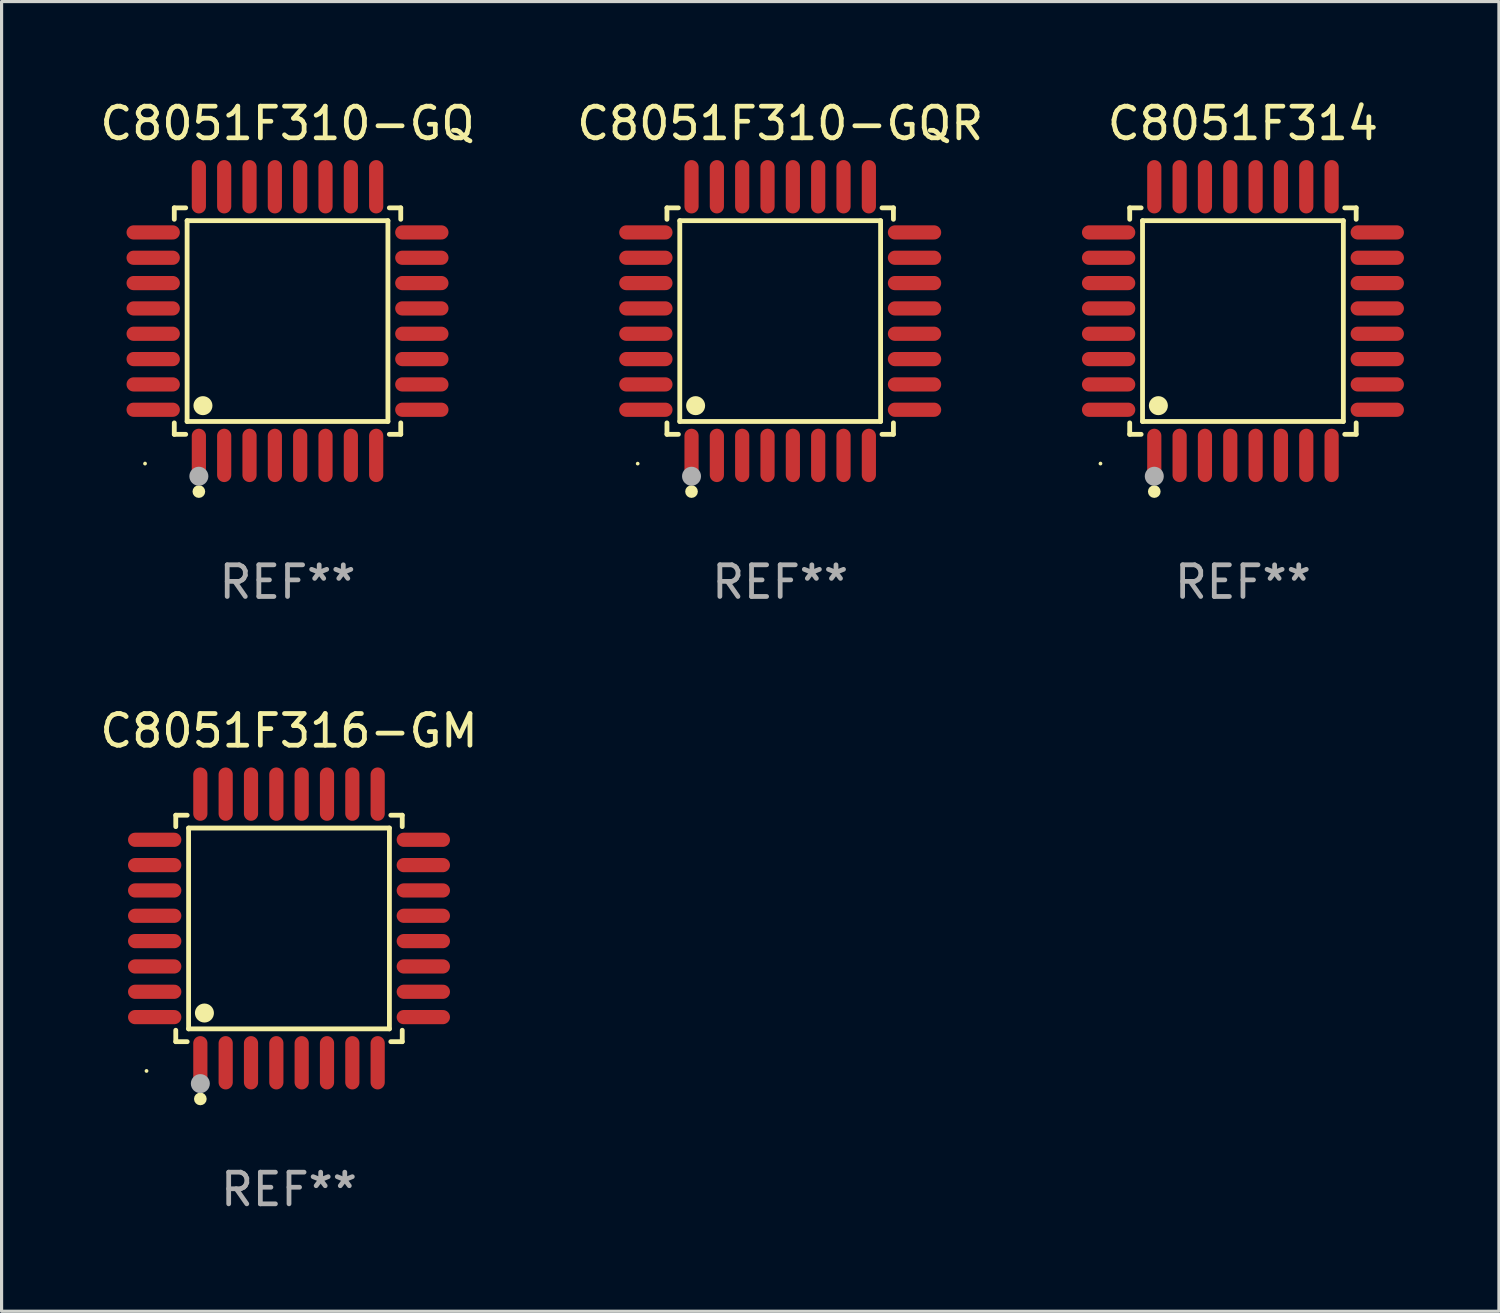
<source format=kicad_pcb>
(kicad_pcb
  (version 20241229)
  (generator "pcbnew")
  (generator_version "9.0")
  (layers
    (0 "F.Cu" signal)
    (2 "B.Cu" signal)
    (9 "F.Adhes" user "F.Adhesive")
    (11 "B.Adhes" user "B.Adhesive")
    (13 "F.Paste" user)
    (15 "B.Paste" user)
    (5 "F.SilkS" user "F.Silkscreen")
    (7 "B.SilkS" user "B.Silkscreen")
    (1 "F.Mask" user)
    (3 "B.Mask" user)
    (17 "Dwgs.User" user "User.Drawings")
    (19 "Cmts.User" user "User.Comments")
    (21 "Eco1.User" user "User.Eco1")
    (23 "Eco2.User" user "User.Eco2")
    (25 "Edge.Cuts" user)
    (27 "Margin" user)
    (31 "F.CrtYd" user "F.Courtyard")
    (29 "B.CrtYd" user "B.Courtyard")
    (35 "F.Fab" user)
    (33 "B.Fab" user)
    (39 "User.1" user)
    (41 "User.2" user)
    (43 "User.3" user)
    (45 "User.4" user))
  (footprint "C8051F310-GQ"
    (layer "F.Cu")
    (at 6.03 7.09)
    (property "Reference" "C8051F310-GQ" (at 0 -6.242 0) (layer "F.SilkS") (effects (font (size 1 1) (thickness 0.15))))
    (attr through_hole)
    (fp_line (start -3.576 -3.576) (end -3.215 -3.576) (stroke (width 0.152) (type solid)) (layer "F.SilkS"))
    (fp_line (start -3.576 -3.215) (end -3.576 -3.576) (stroke (width 0.152) (type solid)) (layer "F.SilkS"))
    (fp_line (start -3.576 3.215) (end -3.576 3.576) (stroke (width 0.152) (type solid)) (layer "F.SilkS"))
    (fp_line (start -3.576 3.576) (end -3.215 3.576) (stroke (width 0.152) (type solid)) (layer "F.SilkS"))
    (fp_line (start -3.171 -3.171) (end 3.171 -3.171) (stroke (width 0.152) (type solid)) (layer "F.SilkS"))
    (fp_line (start -3.171 3.171) (end -3.171 -3.171) (stroke (width 0.152) (type solid)) (layer "F.SilkS"))
    (fp_line (start 3.171 -3.171) (end 3.171 3.171) (stroke (width 0.152) (type solid)) (layer "F.SilkS"))
    (fp_line (start 3.171 3.171) (end -3.171 3.171) (stroke (width 0.152) (type solid)) (layer "F.SilkS"))
    (fp_line (start 3.576 -3.576) (end 3.215 -3.576) (stroke (width 0.152) (type solid)) (layer "F.SilkS"))
    (fp_line (start 3.576 -3.215) (end 3.576 -3.576) (stroke (width 0.152) (type solid)) (layer "F.SilkS"))
    (fp_line (start 3.576 3.215) (end 3.576 3.576) (stroke (width 0.152) (type solid)) (layer "F.SilkS"))
    (fp_line (start 3.576 3.576) (end 3.215 3.576) (stroke (width 0.152) (type solid)) (layer "F.SilkS"))
    (fp_circle (center -4.5 4.5) (end -4.47 4.5) (stroke (width 0.06) (type solid)) (fill no) (layer "F.SilkS"))
    (fp_circle (center -2.8 5.384) (end -2.7 5.384) (stroke (width 0.2) (type solid)) (fill no) (layer "F.SilkS"))
    (fp_circle (center -2.671 2.671) (end -2.521 2.671) (stroke (width 0.3) (type solid)) (fill no) (layer "F.SilkS"))
    (fp_circle (center -2.8 4.9) (end -2.65 4.9) (stroke (width 0.3) (type solid)) (fill no) (layer "F.Fab"))
    (fp_text user "REF**" (at 0 8.242 0) (layer "F.Fab") (effects (font (size 1 1) (thickness 0.15))))
    (pad "1" smd oval (at -2.8 4.242) (size 0.448 1.684) (layers "F.Cu" "F.Mask" "F.Paste"))
    (pad "2" smd oval (at -2 4.242) (size 0.448 1.684) (layers "F.Cu" "F.Mask" "F.Paste"))
    (pad "3" smd oval (at -1.2 4.242) (size 0.448 1.684) (layers "F.Cu" "F.Mask" "F.Paste"))
    (pad "4" smd oval (at -0.4 4.242) (size 0.448 1.684) (layers "F.Cu" "F.Mask" "F.Paste"))
    (pad "5" smd oval (at 0.4 4.242) (size 0.448 1.684) (layers "F.Cu" "F.Mask" "F.Paste"))
    (pad "6" smd oval (at 1.2 4.242) (size 0.448 1.684) (layers "F.Cu" "F.Mask" "F.Paste"))
    (pad "7" smd oval (at 2 4.242) (size 0.448 1.684) (layers "F.Cu" "F.Mask" "F.Paste"))
    (pad "8" smd oval (at 2.8 4.242) (size 0.448 1.684) (layers "F.Cu" "F.Mask" "F.Paste"))
    (pad "9" smd oval (at 4.242 2.8) (size 1.684 0.448) (layers "F.Cu" "F.Mask" "F.Paste"))
    (pad "10" smd oval (at 4.242 2) (size 1.684 0.448) (layers "F.Cu" "F.Mask" "F.Paste"))
    (pad "11" smd oval (at 4.242 1.2) (size 1.684 0.448) (layers "F.Cu" "F.Mask" "F.Paste"))
    (pad "12" smd oval (at 4.242 0.4) (size 1.684 0.448) (layers "F.Cu" "F.Mask" "F.Paste"))
    (pad "13" smd oval (at 4.242 -0.4) (size 1.684 0.448) (layers "F.Cu" "F.Mask" "F.Paste"))
    (pad "14" smd oval (at 4.242 -1.2) (size 1.684 0.448) (layers "F.Cu" "F.Mask" "F.Paste"))
    (pad "15" smd oval (at 4.242 -2) (size 1.684 0.448) (layers "F.Cu" "F.Mask" "F.Paste"))
    (pad "16" smd oval (at 4.242 -2.8) (size 1.684 0.448) (layers "F.Cu" "F.Mask" "F.Paste"))
    (pad "17" smd oval (at 2.8 -4.242) (size 0.448 1.684) (layers "F.Cu" "F.Mask" "F.Paste"))
    (pad "18" smd oval (at 2 -4.242) (size 0.448 1.684) (layers "F.Cu" "F.Mask" "F.Paste"))
    (pad "19" smd oval (at 1.2 -4.242) (size 0.448 1.684) (layers "F.Cu" "F.Mask" "F.Paste"))
    (pad "20" smd oval (at 0.4 -4.242) (size 0.448 1.684) (layers "F.Cu" "F.Mask" "F.Paste"))
    (pad "21" smd oval (at -0.4 -4.242) (size 0.448 1.684) (layers "F.Cu" "F.Mask" "F.Paste"))
    (pad "22" smd oval (at -1.2 -4.242) (size 0.448 1.684) (layers "F.Cu" "F.Mask" "F.Paste"))
    (pad "23" smd oval (at -2 -4.242) (size 0.448 1.684) (layers "F.Cu" "F.Mask" "F.Paste"))
    (pad "24" smd oval (at -2.8 -4.242) (size 0.448 1.684) (layers "F.Cu" "F.Mask" "F.Paste"))
    (pad "25" smd oval (at -4.242 -2.8) (size 1.684 0.448) (layers "F.Cu" "F.Mask" "F.Paste"))
    (pad "26" smd oval (at -4.242 -2) (size 1.684 0.448) (layers "F.Cu" "F.Mask" "F.Paste"))
    (pad "27" smd oval (at -4.242 -1.2) (size 1.684 0.448) (layers "F.Cu" "F.Mask" "F.Paste"))
    (pad "28" smd oval (at -4.242 -0.4) (size 1.684 0.448) (layers "F.Cu" "F.Mask" "F.Paste"))
    (pad "29" smd oval (at -4.242 0.4) (size 1.684 0.448) (layers "F.Cu" "F.Mask" "F.Paste"))
    (pad "30" smd oval (at -4.242 1.2) (size 1.684 0.448) (layers "F.Cu" "F.Mask" "F.Paste"))
    (pad "31" smd oval (at -4.242 2) (size 1.684 0.448) (layers "F.Cu" "F.Mask" "F.Paste"))
    (pad "32" smd oval (at -4.242 2.8) (size 1.684 0.448) (layers "F.Cu" "F.Mask" "F.Paste")))
  (footprint "C8051F314"
    (layer "F.Cu")
    (at 36.203 7.09)
    (property "Reference" "C8051F314" (at 0 -6.242 0) (layer "F.SilkS") (effects (font (size 1 1) (thickness 0.15))))
    (attr through_hole)
    (fp_line (start -3.576 -3.576) (end -3.215 -3.576) (stroke (width 0.152) (type solid)) (layer "F.SilkS"))
    (fp_line (start -3.576 -3.215) (end -3.576 -3.576) (stroke (width 0.152) (type solid)) (layer "F.SilkS"))
    (fp_line (start -3.576 3.215) (end -3.576 3.576) (stroke (width 0.152) (type solid)) (layer "F.SilkS"))
    (fp_line (start -3.576 3.576) (end -3.215 3.576) (stroke (width 0.152) (type solid)) (layer "F.SilkS"))
    (fp_line (start -3.171 -3.171) (end 3.171 -3.171) (stroke (width 0.152) (type solid)) (layer "F.SilkS"))
    (fp_line (start -3.171 3.171) (end -3.171 -3.171) (stroke (width 0.152) (type solid)) (layer "F.SilkS"))
    (fp_line (start 3.171 -3.171) (end 3.171 3.171) (stroke (width 0.152) (type solid)) (layer "F.SilkS"))
    (fp_line (start 3.171 3.171) (end -3.171 3.171) (stroke (width 0.152) (type solid)) (layer "F.SilkS"))
    (fp_line (start 3.576 -3.576) (end 3.215 -3.576) (stroke (width 0.152) (type solid)) (layer "F.SilkS"))
    (fp_line (start 3.576 -3.215) (end 3.576 -3.576) (stroke (width 0.152) (type solid)) (layer "F.SilkS"))
    (fp_line (start 3.576 3.215) (end 3.576 3.576) (stroke (width 0.152) (type solid)) (layer "F.SilkS"))
    (fp_line (start 3.576 3.576) (end 3.215 3.576) (stroke (width 0.152) (type solid)) (layer "F.SilkS"))
    (fp_circle (center -4.5 4.5) (end -4.47 4.5) (stroke (width 0.06) (type solid)) (fill no) (layer "F.SilkS"))
    (fp_circle (center -2.8 5.384) (end -2.7 5.384) (stroke (width 0.2) (type solid)) (fill no) (layer "F.SilkS"))
    (fp_circle (center -2.671 2.671) (end -2.521 2.671) (stroke (width 0.3) (type solid)) (fill no) (layer "F.SilkS"))
    (fp_circle (center -2.8 4.9) (end -2.65 4.9) (stroke (width 0.3) (type solid)) (fill no) (layer "F.Fab"))
    (fp_text user "REF**" (at 0 8.242 0) (layer "F.Fab") (effects (font (size 1 1) (thickness 0.15))))
    (pad "1" smd oval (at -2.8 4.242) (size 0.448 1.684) (layers "F.Cu" "F.Mask" "F.Paste"))
    (pad "2" smd oval (at -2 4.242) (size 0.448 1.684) (layers "F.Cu" "F.Mask" "F.Paste"))
    (pad "3" smd oval (at -1.2 4.242) (size 0.448 1.684) (layers "F.Cu" "F.Mask" "F.Paste"))
    (pad "4" smd oval (at -0.4 4.242) (size 0.448 1.684) (layers "F.Cu" "F.Mask" "F.Paste"))
    (pad "5" smd oval (at 0.4 4.242) (size 0.448 1.684) (layers "F.Cu" "F.Mask" "F.Paste"))
    (pad "6" smd oval (at 1.2 4.242) (size 0.448 1.684) (layers "F.Cu" "F.Mask" "F.Paste"))
    (pad "7" smd oval (at 2 4.242) (size 0.448 1.684) (layers "F.Cu" "F.Mask" "F.Paste"))
    (pad "8" smd oval (at 2.8 4.242) (size 0.448 1.684) (layers "F.Cu" "F.Mask" "F.Paste"))
    (pad "9" smd oval (at 4.242 2.8) (size 1.684 0.448) (layers "F.Cu" "F.Mask" "F.Paste"))
    (pad "10" smd oval (at 4.242 2) (size 1.684 0.448) (layers "F.Cu" "F.Mask" "F.Paste"))
    (pad "11" smd oval (at 4.242 1.2) (size 1.684 0.448) (layers "F.Cu" "F.Mask" "F.Paste"))
    (pad "12" smd oval (at 4.242 0.4) (size 1.684 0.448) (layers "F.Cu" "F.Mask" "F.Paste"))
    (pad "13" smd oval (at 4.242 -0.4) (size 1.684 0.448) (layers "F.Cu" "F.Mask" "F.Paste"))
    (pad "14" smd oval (at 4.242 -1.2) (size 1.684 0.448) (layers "F.Cu" "F.Mask" "F.Paste"))
    (pad "15" smd oval (at 4.242 -2) (size 1.684 0.448) (layers "F.Cu" "F.Mask" "F.Paste"))
    (pad "16" smd oval (at 4.242 -2.8) (size 1.684 0.448) (layers "F.Cu" "F.Mask" "F.Paste"))
    (pad "17" smd oval (at 2.8 -4.242) (size 0.448 1.684) (layers "F.Cu" "F.Mask" "F.Paste"))
    (pad "18" smd oval (at 2 -4.242) (size 0.448 1.684) (layers "F.Cu" "F.Mask" "F.Paste"))
    (pad "19" smd oval (at 1.2 -4.242) (size 0.448 1.684) (layers "F.Cu" "F.Mask" "F.Paste"))
    (pad "20" smd oval (at 0.4 -4.242) (size 0.448 1.684) (layers "F.Cu" "F.Mask" "F.Paste"))
    (pad "21" smd oval (at -0.4 -4.242) (size 0.448 1.684) (layers "F.Cu" "F.Mask" "F.Paste"))
    (pad "22" smd oval (at -1.2 -4.242) (size 0.448 1.684) (layers "F.Cu" "F.Mask" "F.Paste"))
    (pad "23" smd oval (at -2 -4.242) (size 0.448 1.684) (layers "F.Cu" "F.Mask" "F.Paste"))
    (pad "24" smd oval (at -2.8 -4.242) (size 0.448 1.684) (layers "F.Cu" "F.Mask" "F.Paste"))
    (pad "25" smd oval (at -4.242 -2.8) (size 1.684 0.448) (layers "F.Cu" "F.Mask" "F.Paste"))
    (pad "26" smd oval (at -4.242 -2) (size 1.684 0.448) (layers "F.Cu" "F.Mask" "F.Paste"))
    (pad "27" smd oval (at -4.242 -1.2) (size 1.684 0.448) (layers "F.Cu" "F.Mask" "F.Paste"))
    (pad "28" smd oval (at -4.242 -0.4) (size 1.684 0.448) (layers "F.Cu" "F.Mask" "F.Paste"))
    (pad "29" smd oval (at -4.242 0.4) (size 1.684 0.448) (layers "F.Cu" "F.Mask" "F.Paste"))
    (pad "30" smd oval (at -4.242 1.2) (size 1.684 0.448) (layers "F.Cu" "F.Mask" "F.Paste"))
    (pad "31" smd oval (at -4.242 2) (size 1.684 0.448) (layers "F.Cu" "F.Mask" "F.Paste"))
    (pad "32" smd oval (at -4.242 2.8) (size 1.684 0.448) (layers "F.Cu" "F.Mask" "F.Paste")))
  (footprint "C8051F316-GM"
    (layer "F.Cu")
    (at 6.077 26.271)
    (property "Reference" "C8051F316-GM" (at 0 -6.242 0) (layer "F.SilkS") (effects (font (size 1 1) (thickness 0.15))))
    (attr through_hole)
    (fp_line (start -3.576 -3.576) (end -3.215 -3.576) (stroke (width 0.152) (type solid)) (layer "F.SilkS"))
    (fp_line (start -3.576 -3.215) (end -3.576 -3.576) (stroke (width 0.152) (type solid)) (layer "F.SilkS"))
    (fp_line (start -3.576 3.215) (end -3.576 3.576) (stroke (width 0.152) (type solid)) (layer "F.SilkS"))
    (fp_line (start -3.576 3.576) (end -3.215 3.576) (stroke (width 0.152) (type solid)) (layer "F.SilkS"))
    (fp_line (start -3.171 -3.171) (end 3.171 -3.171) (stroke (width 0.152) (type solid)) (layer "F.SilkS"))
    (fp_line (start -3.171 3.171) (end -3.171 -3.171) (stroke (width 0.152) (type solid)) (layer "F.SilkS"))
    (fp_line (start 3.171 -3.171) (end 3.171 3.171) (stroke (width 0.152) (type solid)) (layer "F.SilkS"))
    (fp_line (start 3.171 3.171) (end -3.171 3.171) (stroke (width 0.152) (type solid)) (layer "F.SilkS"))
    (fp_line (start 3.576 -3.576) (end 3.215 -3.576) (stroke (width 0.152) (type solid)) (layer "F.SilkS"))
    (fp_line (start 3.576 -3.215) (end 3.576 -3.576) (stroke (width 0.152) (type solid)) (layer "F.SilkS"))
    (fp_line (start 3.576 3.215) (end 3.576 3.576) (stroke (width 0.152) (type solid)) (layer "F.SilkS"))
    (fp_line (start 3.576 3.576) (end 3.215 3.576) (stroke (width 0.152) (type solid)) (layer "F.SilkS"))
    (fp_circle (center -4.5 4.5) (end -4.47 4.5) (stroke (width 0.06) (type solid)) (fill no) (layer "F.SilkS"))
    (fp_circle (center -2.8 5.384) (end -2.7 5.384) (stroke (width 0.2) (type solid)) (fill no) (layer "F.SilkS"))
    (fp_circle (center -2.671 2.671) (end -2.521 2.671) (stroke (width 0.3) (type solid)) (fill no) (layer "F.SilkS"))
    (fp_circle (center -2.8 4.9) (end -2.65 4.9) (stroke (width 0.3) (type solid)) (fill no) (layer "F.Fab"))
    (fp_text user "REF**" (at 0 8.242 0) (layer "F.Fab") (effects (font (size 1 1) (thickness 0.15))))
    (pad "1" smd oval (at -2.8 4.242) (size 0.448 1.684) (layers "F.Cu" "F.Mask" "F.Paste"))
    (pad "2" smd oval (at -2 4.242) (size 0.448 1.684) (layers "F.Cu" "F.Mask" "F.Paste"))
    (pad "3" smd oval (at -1.2 4.242) (size 0.448 1.684) (layers "F.Cu" "F.Mask" "F.Paste"))
    (pad "4" smd oval (at -0.4 4.242) (size 0.448 1.684) (layers "F.Cu" "F.Mask" "F.Paste"))
    (pad "5" smd oval (at 0.4 4.242) (size 0.448 1.684) (layers "F.Cu" "F.Mask" "F.Paste"))
    (pad "6" smd oval (at 1.2 4.242) (size 0.448 1.684) (layers "F.Cu" "F.Mask" "F.Paste"))
    (pad "7" smd oval (at 2 4.242) (size 0.448 1.684) (layers "F.Cu" "F.Mask" "F.Paste"))
    (pad "8" smd oval (at 2.8 4.242) (size 0.448 1.684) (layers "F.Cu" "F.Mask" "F.Paste"))
    (pad "9" smd oval (at 4.242 2.8) (size 1.684 0.448) (layers "F.Cu" "F.Mask" "F.Paste"))
    (pad "10" smd oval (at 4.242 2) (size 1.684 0.448) (layers "F.Cu" "F.Mask" "F.Paste"))
    (pad "11" smd oval (at 4.242 1.2) (size 1.684 0.448) (layers "F.Cu" "F.Mask" "F.Paste"))
    (pad "12" smd oval (at 4.242 0.4) (size 1.684 0.448) (layers "F.Cu" "F.Mask" "F.Paste"))
    (pad "13" smd oval (at 4.242 -0.4) (size 1.684 0.448) (layers "F.Cu" "F.Mask" "F.Paste"))
    (pad "14" smd oval (at 4.242 -1.2) (size 1.684 0.448) (layers "F.Cu" "F.Mask" "F.Paste"))
    (pad "15" smd oval (at 4.242 -2) (size 1.684 0.448) (layers "F.Cu" "F.Mask" "F.Paste"))
    (pad "16" smd oval (at 4.242 -2.8) (size 1.684 0.448) (layers "F.Cu" "F.Mask" "F.Paste"))
    (pad "17" smd oval (at 2.8 -4.242) (size 0.448 1.684) (layers "F.Cu" "F.Mask" "F.Paste"))
    (pad "18" smd oval (at 2 -4.242) (size 0.448 1.684) (layers "F.Cu" "F.Mask" "F.Paste"))
    (pad "19" smd oval (at 1.2 -4.242) (size 0.448 1.684) (layers "F.Cu" "F.Mask" "F.Paste"))
    (pad "20" smd oval (at 0.4 -4.242) (size 0.448 1.684) (layers "F.Cu" "F.Mask" "F.Paste"))
    (pad "21" smd oval (at -0.4 -4.242) (size 0.448 1.684) (layers "F.Cu" "F.Mask" "F.Paste"))
    (pad "22" smd oval (at -1.2 -4.242) (size 0.448 1.684) (layers "F.Cu" "F.Mask" "F.Paste"))
    (pad "23" smd oval (at -2 -4.242) (size 0.448 1.684) (layers "F.Cu" "F.Mask" "F.Paste"))
    (pad "24" smd oval (at -2.8 -4.242) (size 0.448 1.684) (layers "F.Cu" "F.Mask" "F.Paste"))
    (pad "25" smd oval (at -4.242 -2.8) (size 1.684 0.448) (layers "F.Cu" "F.Mask" "F.Paste"))
    (pad "26" smd oval (at -4.242 -2) (size 1.684 0.448) (layers "F.Cu" "F.Mask" "F.Paste"))
    (pad "27" smd oval (at -4.242 -1.2) (size 1.684 0.448) (layers "F.Cu" "F.Mask" "F.Paste"))
    (pad "28" smd oval (at -4.242 -0.4) (size 1.684 0.448) (layers "F.Cu" "F.Mask" "F.Paste"))
    (pad "29" smd oval (at -4.242 0.4) (size 1.684 0.448) (layers "F.Cu" "F.Mask" "F.Paste"))
    (pad "30" smd oval (at -4.242 1.2) (size 1.684 0.448) (layers "F.Cu" "F.Mask" "F.Paste"))
    (pad "31" smd oval (at -4.242 2) (size 1.684 0.448) (layers "F.Cu" "F.Mask" "F.Paste"))
    (pad "32" smd oval (at -4.242 2.8) (size 1.684 0.448) (layers "F.Cu" "F.Mask" "F.Paste")))
  (footprint "C8051F310-GQR"
    (layer "F.Cu")
    (at 21.589 7.09)
    (property "Reference" "C8051F310-GQR" (at 0 -6.242 0) (layer "F.SilkS") (effects (font (size 1 1) (thickness 0.15))))
    (attr through_hole)
    (fp_line (start -3.576 -3.576) (end -3.215 -3.576) (stroke (width 0.152) (type solid)) (layer "F.SilkS"))
    (fp_line (start -3.576 -3.215) (end -3.576 -3.576) (stroke (width 0.152) (type solid)) (layer "F.SilkS"))
    (fp_line (start -3.576 3.215) (end -3.576 3.576) (stroke (width 0.152) (type solid)) (layer "F.SilkS"))
    (fp_line (start -3.576 3.576) (end -3.215 3.576) (stroke (width 0.152) (type solid)) (layer "F.SilkS"))
    (fp_line (start -3.171 -3.171) (end 3.171 -3.171) (stroke (width 0.152) (type solid)) (layer "F.SilkS"))
    (fp_line (start -3.171 3.171) (end -3.171 -3.171) (stroke (width 0.152) (type solid)) (layer "F.SilkS"))
    (fp_line (start 3.171 -3.171) (end 3.171 3.171) (stroke (width 0.152) (type solid)) (layer "F.SilkS"))
    (fp_line (start 3.171 3.171) (end -3.171 3.171) (stroke (width 0.152) (type solid)) (layer "F.SilkS"))
    (fp_line (start 3.576 -3.576) (end 3.215 -3.576) (stroke (width 0.152) (type solid)) (layer "F.SilkS"))
    (fp_line (start 3.576 -3.215) (end 3.576 -3.576) (stroke (width 0.152) (type solid)) (layer "F.SilkS"))
    (fp_line (start 3.576 3.215) (end 3.576 3.576) (stroke (width 0.152) (type solid)) (layer "F.SilkS"))
    (fp_line (start 3.576 3.576) (end 3.215 3.576) (stroke (width 0.152) (type solid)) (layer "F.SilkS"))
    (fp_circle (center -4.5 4.5) (end -4.47 4.5) (stroke (width 0.06) (type solid)) (fill no) (layer "F.SilkS"))
    (fp_circle (center -2.8 5.384) (end -2.7 5.384) (stroke (width 0.2) (type solid)) (fill no) (layer "F.SilkS"))
    (fp_circle (center -2.671 2.671) (end -2.521 2.671) (stroke (width 0.3) (type solid)) (fill no) (layer "F.SilkS"))
    (fp_circle (center -2.8 4.9) (end -2.65 4.9) (stroke (width 0.3) (type solid)) (fill no) (layer "F.Fab"))
    (fp_text user "REF**" (at 0 8.242 0) (layer "F.Fab") (effects (font (size 1 1) (thickness 0.15))))
    (pad "1" smd oval (at -2.8 4.242) (size 0.448 1.684) (layers "F.Cu" "F.Mask" "F.Paste"))
    (pad "2" smd oval (at -2 4.242) (size 0.448 1.684) (layers "F.Cu" "F.Mask" "F.Paste"))
    (pad "3" smd oval (at -1.2 4.242) (size 0.448 1.684) (layers "F.Cu" "F.Mask" "F.Paste"))
    (pad "4" smd oval (at -0.4 4.242) (size 0.448 1.684) (layers "F.Cu" "F.Mask" "F.Paste"))
    (pad "5" smd oval (at 0.4 4.242) (size 0.448 1.684) (layers "F.Cu" "F.Mask" "F.Paste"))
    (pad "6" smd oval (at 1.2 4.242) (size 0.448 1.684) (layers "F.Cu" "F.Mask" "F.Paste"))
    (pad "7" smd oval (at 2 4.242) (size 0.448 1.684) (layers "F.Cu" "F.Mask" "F.Paste"))
    (pad "8" smd oval (at 2.8 4.242) (size 0.448 1.684) (layers "F.Cu" "F.Mask" "F.Paste"))
    (pad "9" smd oval (at 4.242 2.8) (size 1.684 0.448) (layers "F.Cu" "F.Mask" "F.Paste"))
    (pad "10" smd oval (at 4.242 2) (size 1.684 0.448) (layers "F.Cu" "F.Mask" "F.Paste"))
    (pad "11" smd oval (at 4.242 1.2) (size 1.684 0.448) (layers "F.Cu" "F.Mask" "F.Paste"))
    (pad "12" smd oval (at 4.242 0.4) (size 1.684 0.448) (layers "F.Cu" "F.Mask" "F.Paste"))
    (pad "13" smd oval (at 4.242 -0.4) (size 1.684 0.448) (layers "F.Cu" "F.Mask" "F.Paste"))
    (pad "14" smd oval (at 4.242 -1.2) (size 1.684 0.448) (layers "F.Cu" "F.Mask" "F.Paste"))
    (pad "15" smd oval (at 4.242 -2) (size 1.684 0.448) (layers "F.Cu" "F.Mask" "F.Paste"))
    (pad "16" smd oval (at 4.242 -2.8) (size 1.684 0.448) (layers "F.Cu" "F.Mask" "F.Paste"))
    (pad "17" smd oval (at 2.8 -4.242) (size 0.448 1.684) (layers "F.Cu" "F.Mask" "F.Paste"))
    (pad "18" smd oval (at 2 -4.242) (size 0.448 1.684) (layers "F.Cu" "F.Mask" "F.Paste"))
    (pad "19" smd oval (at 1.2 -4.242) (size 0.448 1.684) (layers "F.Cu" "F.Mask" "F.Paste"))
    (pad "20" smd oval (at 0.4 -4.242) (size 0.448 1.684) (layers "F.Cu" "F.Mask" "F.Paste"))
    (pad "21" smd oval (at -0.4 -4.242) (size 0.448 1.684) (layers "F.Cu" "F.Mask" "F.Paste"))
    (pad "22" smd oval (at -1.2 -4.242) (size 0.448 1.684) (layers "F.Cu" "F.Mask" "F.Paste"))
    (pad "23" smd oval (at -2 -4.242) (size 0.448 1.684) (layers "F.Cu" "F.Mask" "F.Paste"))
    (pad "24" smd oval (at -2.8 -4.242) (size 0.448 1.684) (layers "F.Cu" "F.Mask" "F.Paste"))
    (pad "25" smd oval (at -4.242 -2.8) (size 1.684 0.448) (layers "F.Cu" "F.Mask" "F.Paste"))
    (pad "26" smd oval (at -4.242 -2) (size 1.684 0.448) (layers "F.Cu" "F.Mask" "F.Paste"))
    (pad "27" smd oval (at -4.242 -1.2) (size 1.684 0.448) (layers "F.Cu" "F.Mask" "F.Paste"))
    (pad "28" smd oval (at -4.242 -0.4) (size 1.684 0.448) (layers "F.Cu" "F.Mask" "F.Paste"))
    (pad "29" smd oval (at -4.242 0.4) (size 1.684 0.448) (layers "F.Cu" "F.Mask" "F.Paste"))
    (pad "30" smd oval (at -4.242 1.2) (size 1.684 0.448) (layers "F.Cu" "F.Mask" "F.Paste"))
    (pad "31" smd oval (at -4.242 2) (size 1.684 0.448) (layers "F.Cu" "F.Mask" "F.Paste"))
    (pad "32" smd oval (at -4.242 2.8) (size 1.684 0.448) (layers "F.Cu" "F.Mask" "F.Paste")))
  (gr_rect
    (start -3 -3)
    (end 44.287 38.361)
    (stroke (width 0.1) (type default))
    (fill no)
    (layer "Edge.Cuts")))
</source>
